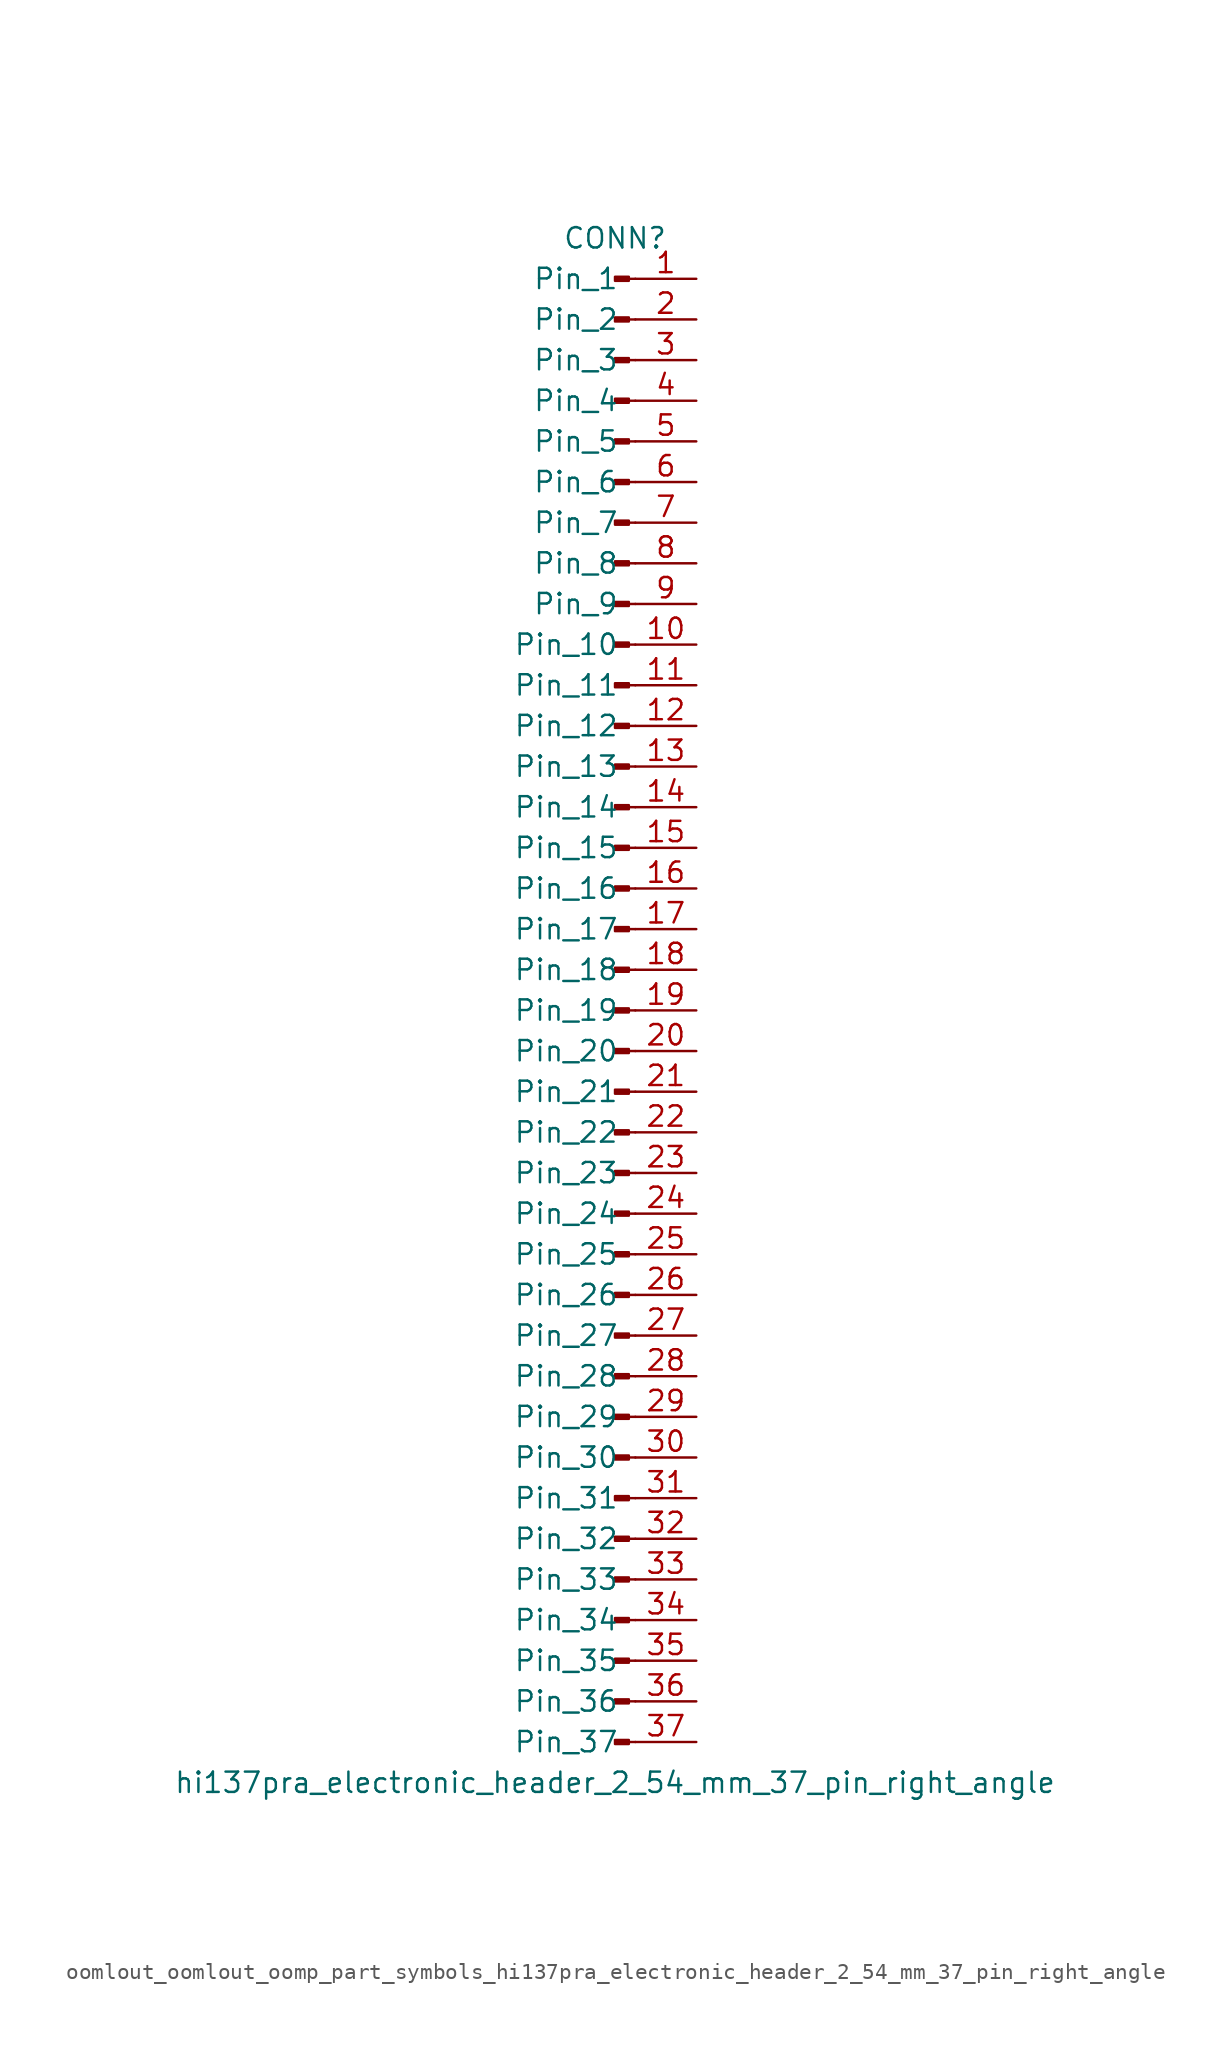
<source format=kicad_sym>
(kicad_symbol_lib
  (version 20220914)
  (generator kicad_symbol_editor)
  (symbol "oomlout_oomlout_oomp_part_symbols_hi137pra_electronic_header_2_54_mm_37_pin_right_angle"
    (pin_names
      (offset 1.016))
    (property "Reference" "CONN"
      (at 0 48.26 0)
      (effects (font (size 1.27 1.27))))
    (property "Value" "hi137pra_electronic_header_2_54_mm_37_pin_right_angle"
      (at 0 -48.26 0)
      (effects (font (size 1.27 1.27))))
    (property "ki_locked" ""
      (at 0 0 0)
      (effects (font (size 1.27 1.27))))
    (symbol "oomlout_oomlout_oomp_part_symbols_hi137pra_electronic_header_2_54_mm_37_pin_right_angle_1_1"
      (polyline (pts (xy 1.27 -45.72) (xy 0.864 -45.72)) (stroke (width 0.152) (type default)) (fill (type none)))
      (polyline (pts (xy 1.27 -43.18) (xy 0.864 -43.18)) (stroke (width 0.152) (type default)) (fill (type none)))
      (polyline (pts (xy 1.27 -40.64) (xy 0.864 -40.64)) (stroke (width 0.152) (type default)) (fill (type none)))
      (polyline (pts (xy 1.27 -38.1) (xy 0.864 -38.1)) (stroke (width 0.152) (type default)) (fill (type none)))
      (polyline (pts (xy 1.27 -35.56) (xy 0.864 -35.56)) (stroke (width 0.152) (type default)) (fill (type none)))
      (polyline (pts (xy 1.27 -33.02) (xy 0.864 -33.02)) (stroke (width 0.152) (type default)) (fill (type none)))
      (polyline (pts (xy 1.27 -30.48) (xy 0.864 -30.48)) (stroke (width 0.152) (type default)) (fill (type none)))
      (polyline (pts (xy 1.27 -27.94) (xy 0.864 -27.94)) (stroke (width 0.152) (type default)) (fill (type none)))
      (polyline (pts (xy 1.27 -25.4) (xy 0.864 -25.4)) (stroke (width 0.152) (type default)) (fill (type none)))
      (polyline (pts (xy 1.27 -22.86) (xy 0.864 -22.86)) (stroke (width 0.152) (type default)) (fill (type none)))
      (polyline (pts (xy 1.27 -20.32) (xy 0.864 -20.32)) (stroke (width 0.152) (type default)) (fill (type none)))
      (polyline (pts (xy 1.27 -17.78) (xy 0.864 -17.78)) (stroke (width 0.152) (type default)) (fill (type none)))
      (polyline (pts (xy 1.27 -15.24) (xy 0.864 -15.24)) (stroke (width 0.152) (type default)) (fill (type none)))
      (polyline (pts (xy 1.27 -12.7) (xy 0.864 -12.7)) (stroke (width 0.152) (type default)) (fill (type none)))
      (polyline (pts (xy 1.27 -10.16) (xy 0.864 -10.16)) (stroke (width 0.152) (type default)) (fill (type none)))
      (polyline (pts (xy 1.27 -7.62) (xy 0.864 -7.62)) (stroke (width 0.152) (type default)) (fill (type none)))
      (polyline (pts (xy 1.27 -5.08) (xy 0.864 -5.08)) (stroke (width 0.152) (type default)) (fill (type none)))
      (polyline (pts (xy 1.27 -2.54) (xy 0.864 -2.54)) (stroke (width 0.152) (type default)) (fill (type none)))
      (polyline (pts (xy 1.27 0) (xy 0.864 0)) (stroke (width 0.152) (type default)) (fill (type none)))
      (polyline (pts (xy 1.27 2.54) (xy 0.864 2.54)) (stroke (width 0.152) (type default)) (fill (type none)))
      (polyline (pts (xy 1.27 5.08) (xy 0.864 5.08)) (stroke (width 0.152) (type default)) (fill (type none)))
      (polyline (pts (xy 1.27 7.62) (xy 0.864 7.62)) (stroke (width 0.152) (type default)) (fill (type none)))
      (polyline (pts (xy 1.27 10.16) (xy 0.864 10.16)) (stroke (width 0.152) (type default)) (fill (type none)))
      (polyline (pts (xy 1.27 12.7) (xy 0.864 12.7)) (stroke (width 0.152) (type default)) (fill (type none)))
      (polyline (pts (xy 1.27 15.24) (xy 0.864 15.24)) (stroke (width 0.152) (type default)) (fill (type none)))
      (polyline (pts (xy 1.27 17.78) (xy 0.864 17.78)) (stroke (width 0.152) (type default)) (fill (type none)))
      (polyline (pts (xy 1.27 20.32) (xy 0.864 20.32)) (stroke (width 0.152) (type default)) (fill (type none)))
      (polyline (pts (xy 1.27 22.86) (xy 0.864 22.86)) (stroke (width 0.152) (type default)) (fill (type none)))
      (polyline (pts (xy 1.27 25.4) (xy 0.864 25.4)) (stroke (width 0.152) (type default)) (fill (type none)))
      (polyline (pts (xy 1.27 27.94) (xy 0.864 27.94)) (stroke (width 0.152) (type default)) (fill (type none)))
      (polyline (pts (xy 1.27 30.48) (xy 0.864 30.48)) (stroke (width 0.152) (type default)) (fill (type none)))
      (polyline (pts (xy 1.27 33.02) (xy 0.864 33.02)) (stroke (width 0.152) (type default)) (fill (type none)))
      (polyline (pts (xy 1.27 35.56) (xy 0.864 35.56)) (stroke (width 0.152) (type default)) (fill (type none)))
      (polyline (pts (xy 1.27 38.1) (xy 0.864 38.1)) (stroke (width 0.152) (type default)) (fill (type none)))
      (polyline (pts (xy 1.27 40.64) (xy 0.864 40.64)) (stroke (width 0.152) (type default)) (fill (type none)))
      (polyline (pts (xy 1.27 43.18) (xy 0.864 43.18)) (stroke (width 0.152) (type default)) (fill (type none)))
      (polyline (pts (xy 1.27 45.72) (xy 0.864 45.72)) (stroke (width 0.152) (type default)) (fill (type none)))
      (rectangle (start 0.864 -45.593) (end 0 -45.847) (stroke (width 0.152) (type default)) (fill (type outline)))
      (rectangle (start 0.864 -43.053) (end 0 -43.307) (stroke (width 0.152) (type default)) (fill (type outline)))
      (rectangle (start 0.864 -40.513) (end 0 -40.767) (stroke (width 0.152) (type default)) (fill (type outline)))
      (rectangle (start 0.864 -37.973) (end 0 -38.227) (stroke (width 0.152) (type default)) (fill (type outline)))
      (rectangle (start 0.864 -35.433) (end 0 -35.687) (stroke (width 0.152) (type default)) (fill (type outline)))
      (rectangle (start 0.864 -32.893) (end 0 -33.147) (stroke (width 0.152) (type default)) (fill (type outline)))
      (rectangle (start 0.864 -30.353) (end 0 -30.607) (stroke (width 0.152) (type default)) (fill (type outline)))
      (rectangle (start 0.864 -27.813) (end 0 -28.067) (stroke (width 0.152) (type default)) (fill (type outline)))
      (rectangle (start 0.864 -25.273) (end 0 -25.527) (stroke (width 0.152) (type default)) (fill (type outline)))
      (rectangle (start 0.864 -22.733) (end 0 -22.987) (stroke (width 0.152) (type default)) (fill (type outline)))
      (rectangle (start 0.864 -20.193) (end 0 -20.447) (stroke (width 0.152) (type default)) (fill (type outline)))
      (rectangle (start 0.864 -17.653) (end 0 -17.907) (stroke (width 0.152) (type default)) (fill (type outline)))
      (rectangle (start 0.864 -15.113) (end 0 -15.367) (stroke (width 0.152) (type default)) (fill (type outline)))
      (rectangle (start 0.864 -12.573) (end 0 -12.827) (stroke (width 0.152) (type default)) (fill (type outline)))
      (rectangle (start 0.864 -10.033) (end 0 -10.287) (stroke (width 0.152) (type default)) (fill (type outline)))
      (rectangle (start 0.864 -7.493) (end 0 -7.747) (stroke (width 0.152) (type default)) (fill (type outline)))
      (rectangle (start 0.864 -4.953) (end 0 -5.207) (stroke (width 0.152) (type default)) (fill (type outline)))
      (rectangle (start 0.864 -2.413) (end 0 -2.667) (stroke (width 0.152) (type default)) (fill (type outline)))
      (rectangle (start 0.864 0.127) (end 0 -0.127) (stroke (width 0.152) (type default)) (fill (type outline)))
      (rectangle (start 0.864 2.667) (end 0 2.413) (stroke (width 0.152) (type default)) (fill (type outline)))
      (rectangle (start 0.864 5.207) (end 0 4.953) (stroke (width 0.152) (type default)) (fill (type outline)))
      (rectangle (start 0.864 7.747) (end 0 7.493) (stroke (width 0.152) (type default)) (fill (type outline)))
      (rectangle (start 0.864 10.287) (end 0 10.033) (stroke (width 0.152) (type default)) (fill (type outline)))
      (rectangle (start 0.864 12.827) (end 0 12.573) (stroke (width 0.152) (type default)) (fill (type outline)))
      (rectangle (start 0.864 15.367) (end 0 15.113) (stroke (width 0.152) (type default)) (fill (type outline)))
      (rectangle (start 0.864 17.907) (end 0 17.653) (stroke (width 0.152) (type default)) (fill (type outline)))
      (rectangle (start 0.864 20.447) (end 0 20.193) (stroke (width 0.152) (type default)) (fill (type outline)))
      (rectangle (start 0.864 22.987) (end 0 22.733) (stroke (width 0.152) (type default)) (fill (type outline)))
      (rectangle (start 0.864 25.527) (end 0 25.273) (stroke (width 0.152) (type default)) (fill (type outline)))
      (rectangle (start 0.864 28.067) (end 0 27.813) (stroke (width 0.152) (type default)) (fill (type outline)))
      (rectangle (start 0.864 30.607) (end 0 30.353) (stroke (width 0.152) (type default)) (fill (type outline)))
      (rectangle (start 0.864 33.147) (end 0 32.893) (stroke (width 0.152) (type default)) (fill (type outline)))
      (rectangle (start 0.864 35.687) (end 0 35.433) (stroke (width 0.152) (type default)) (fill (type outline)))
      (rectangle (start 0.864 38.227) (end 0 37.973) (stroke (width 0.152) (type default)) (fill (type outline)))
      (rectangle (start 0.864 40.767) (end 0 40.513) (stroke (width 0.152) (type default)) (fill (type outline)))
      (rectangle (start 0.864 43.307) (end 0 43.053) (stroke (width 0.152) (type default)) (fill (type outline)))
      (rectangle (start 0.864 45.847) (end 0 45.593) (stroke (width 0.152) (type default)) (fill (type outline)))
      (pin passive line (at 5.08 45.72 180) (length 3.81) (name "Pin_1" (effects (font (size 1.27 1.27)))) (number "1" (effects (font (size 1.27 1.27)))))
      (pin passive line (at 5.08 22.86 180) (length 3.81) (name "Pin_10" (effects (font (size 1.27 1.27)))) (number "10" (effects (font (size 1.27 1.27)))))
      (pin passive line (at 5.08 20.32 180) (length 3.81) (name "Pin_11" (effects (font (size 1.27 1.27)))) (number "11" (effects (font (size 1.27 1.27)))))
      (pin passive line (at 5.08 17.78 180) (length 3.81) (name "Pin_12" (effects (font (size 1.27 1.27)))) (number "12" (effects (font (size 1.27 1.27)))))
      (pin passive line (at 5.08 15.24 180) (length 3.81) (name "Pin_13" (effects (font (size 1.27 1.27)))) (number "13" (effects (font (size 1.27 1.27)))))
      (pin passive line (at 5.08 12.7 180) (length 3.81) (name "Pin_14" (effects (font (size 1.27 1.27)))) (number "14" (effects (font (size 1.27 1.27)))))
      (pin passive line (at 5.08 10.16 180) (length 3.81) (name "Pin_15" (effects (font (size 1.27 1.27)))) (number "15" (effects (font (size 1.27 1.27)))))
      (pin passive line (at 5.08 7.62 180) (length 3.81) (name "Pin_16" (effects (font (size 1.27 1.27)))) (number "16" (effects (font (size 1.27 1.27)))))
      (pin passive line (at 5.08 5.08 180) (length 3.81) (name "Pin_17" (effects (font (size 1.27 1.27)))) (number "17" (effects (font (size 1.27 1.27)))))
      (pin passive line (at 5.08 2.54 180) (length 3.81) (name "Pin_18" (effects (font (size 1.27 1.27)))) (number "18" (effects (font (size 1.27 1.27)))))
      (pin passive line (at 5.08 0 180) (length 3.81) (name "Pin_19" (effects (font (size 1.27 1.27)))) (number "19" (effects (font (size 1.27 1.27)))))
      (pin passive line (at 5.08 43.18 180) (length 3.81) (name "Pin_2" (effects (font (size 1.27 1.27)))) (number "2" (effects (font (size 1.27 1.27)))))
      (pin passive line (at 5.08 -2.54 180) (length 3.81) (name "Pin_20" (effects (font (size 1.27 1.27)))) (number "20" (effects (font (size 1.27 1.27)))))
      (pin passive line (at 5.08 -5.08 180) (length 3.81) (name "Pin_21" (effects (font (size 1.27 1.27)))) (number "21" (effects (font (size 1.27 1.27)))))
      (pin passive line (at 5.08 -7.62 180) (length 3.81) (name "Pin_22" (effects (font (size 1.27 1.27)))) (number "22" (effects (font (size 1.27 1.27)))))
      (pin passive line (at 5.08 -10.16 180) (length 3.81) (name "Pin_23" (effects (font (size 1.27 1.27)))) (number "23" (effects (font (size 1.27 1.27)))))
      (pin passive line (at 5.08 -12.7 180) (length 3.81) (name "Pin_24" (effects (font (size 1.27 1.27)))) (number "24" (effects (font (size 1.27 1.27)))))
      (pin passive line (at 5.08 -15.24 180) (length 3.81) (name "Pin_25" (effects (font (size 1.27 1.27)))) (number "25" (effects (font (size 1.27 1.27)))))
      (pin passive line (at 5.08 -17.78 180) (length 3.81) (name "Pin_26" (effects (font (size 1.27 1.27)))) (number "26" (effects (font (size 1.27 1.27)))))
      (pin passive line (at 5.08 -20.32 180) (length 3.81) (name "Pin_27" (effects (font (size 1.27 1.27)))) (number "27" (effects (font (size 1.27 1.27)))))
      (pin passive line (at 5.08 -22.86 180) (length 3.81) (name "Pin_28" (effects (font (size 1.27 1.27)))) (number "28" (effects (font (size 1.27 1.27)))))
      (pin passive line (at 5.08 -25.4 180) (length 3.81) (name "Pin_29" (effects (font (size 1.27 1.27)))) (number "29" (effects (font (size 1.27 1.27)))))
      (pin passive line (at 5.08 40.64 180) (length 3.81) (name "Pin_3" (effects (font (size 1.27 1.27)))) (number "3" (effects (font (size 1.27 1.27)))))
      (pin passive line (at 5.08 -27.94 180) (length 3.81) (name "Pin_30" (effects (font (size 1.27 1.27)))) (number "30" (effects (font (size 1.27 1.27)))))
      (pin passive line (at 5.08 -30.48 180) (length 3.81) (name "Pin_31" (effects (font (size 1.27 1.27)))) (number "31" (effects (font (size 1.27 1.27)))))
      (pin passive line (at 5.08 -33.02 180) (length 3.81) (name "Pin_32" (effects (font (size 1.27 1.27)))) (number "32" (effects (font (size 1.27 1.27)))))
      (pin passive line (at 5.08 -35.56 180) (length 3.81) (name "Pin_33" (effects (font (size 1.27 1.27)))) (number "33" (effects (font (size 1.27 1.27)))))
      (pin passive line (at 5.08 -38.1 180) (length 3.81) (name "Pin_34" (effects (font (size 1.27 1.27)))) (number "34" (effects (font (size 1.27 1.27)))))
      (pin passive line (at 5.08 -40.64 180) (length 3.81) (name "Pin_35" (effects (font (size 1.27 1.27)))) (number "35" (effects (font (size 1.27 1.27)))))
      (pin passive line (at 5.08 -43.18 180) (length 3.81) (name "Pin_36" (effects (font (size 1.27 1.27)))) (number "36" (effects (font (size 1.27 1.27)))))
      (pin passive line (at 5.08 -45.72 180) (length 3.81) (name "Pin_37" (effects (font (size 1.27 1.27)))) (number "37" (effects (font (size 1.27 1.27)))))
      (pin passive line (at 5.08 38.1 180) (length 3.81) (name "Pin_4" (effects (font (size 1.27 1.27)))) (number "4" (effects (font (size 1.27 1.27)))))
      (pin passive line (at 5.08 35.56 180) (length 3.81) (name "Pin_5" (effects (font (size 1.27 1.27)))) (number "5" (effects (font (size 1.27 1.27)))))
      (pin passive line (at 5.08 33.02 180) (length 3.81) (name "Pin_6" (effects (font (size 1.27 1.27)))) (number "6" (effects (font (size 1.27 1.27)))))
      (pin passive line (at 5.08 30.48 180) (length 3.81) (name "Pin_7" (effects (font (size 1.27 1.27)))) (number "7" (effects (font (size 1.27 1.27)))))
      (pin passive line (at 5.08 27.94 180) (length 3.81) (name "Pin_8" (effects (font (size 1.27 1.27)))) (number "8" (effects (font (size 1.27 1.27)))))
      (pin passive line (at 5.08 25.4 180) (length 3.81) (name "Pin_9" (effects (font (size 1.27 1.27)))) (number "9" (effects (font (size 1.27 1.27))))))))
</source>
